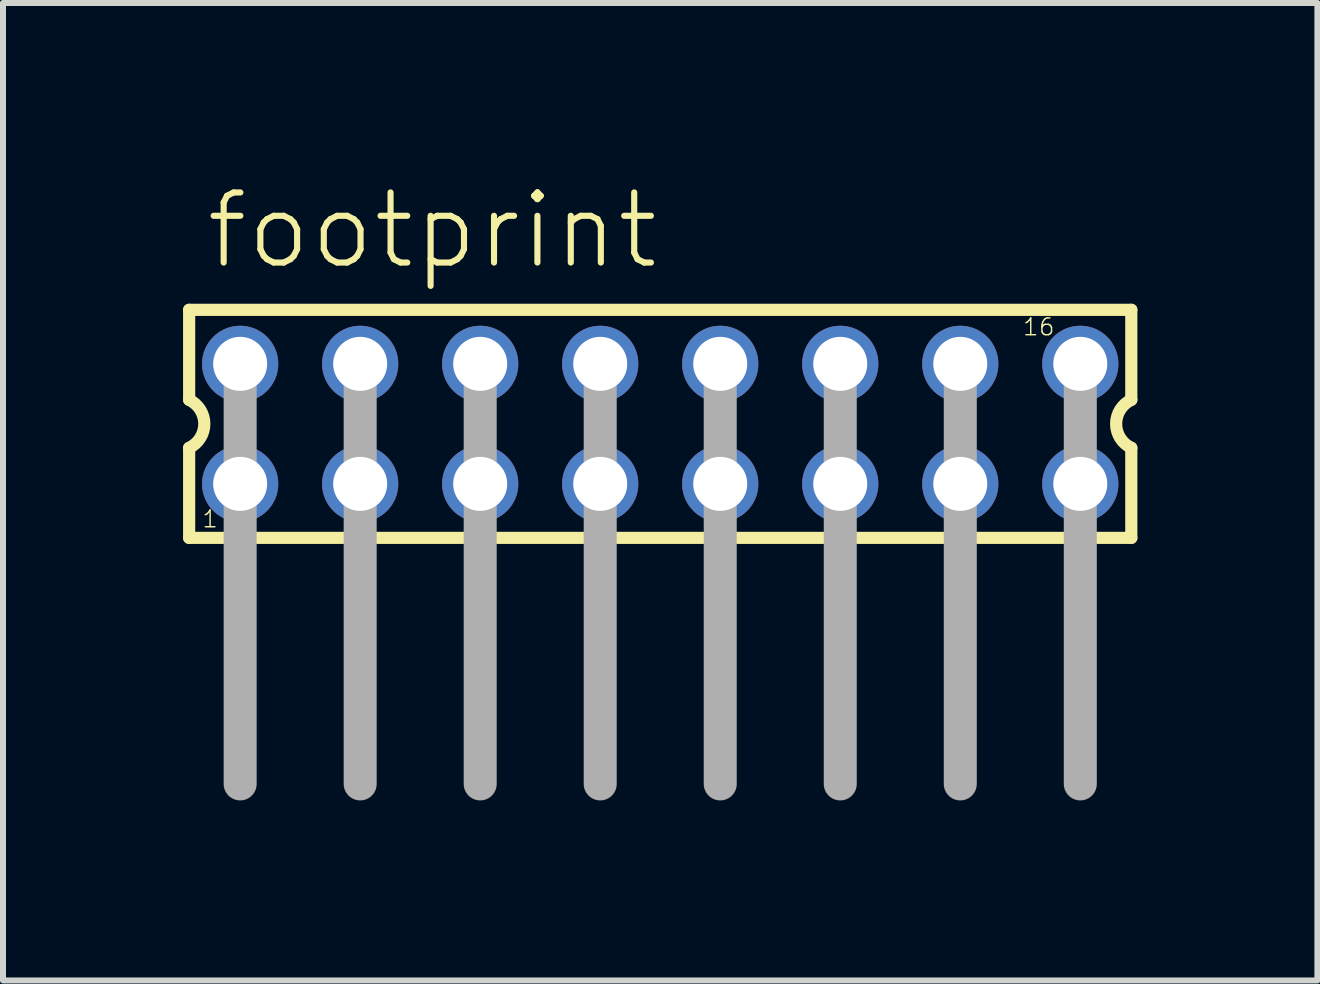
<source format=kicad_pcb>
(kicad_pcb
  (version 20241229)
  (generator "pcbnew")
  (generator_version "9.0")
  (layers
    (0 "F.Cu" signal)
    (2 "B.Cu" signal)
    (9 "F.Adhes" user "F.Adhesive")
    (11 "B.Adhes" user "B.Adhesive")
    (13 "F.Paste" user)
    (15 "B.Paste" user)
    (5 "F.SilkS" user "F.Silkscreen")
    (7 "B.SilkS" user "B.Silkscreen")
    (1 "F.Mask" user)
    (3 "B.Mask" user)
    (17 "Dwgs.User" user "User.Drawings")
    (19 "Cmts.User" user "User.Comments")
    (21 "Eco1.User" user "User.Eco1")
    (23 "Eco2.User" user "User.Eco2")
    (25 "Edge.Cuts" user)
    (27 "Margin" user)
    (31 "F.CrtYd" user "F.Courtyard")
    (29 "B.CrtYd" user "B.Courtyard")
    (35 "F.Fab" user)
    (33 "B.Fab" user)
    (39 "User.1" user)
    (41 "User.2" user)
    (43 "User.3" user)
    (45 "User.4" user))
  (footprint "footprint"
    (layer "F.Cu")
    (at 7.952 4.013)
    (property "Reference" "footprint" (at -7.62 -2.54 0) (layer "F.SilkS") (effects (font (size 1.168 1.168) (thickness 0.102)) (justify left bottom)))
    (fp_line (start -7.85 -1.9) (end -7.85 -0.4) (stroke (width 0.203) (type solid)) (layer "F.SilkS"))
    (fp_line (start -7.85 0.4) (end -7.85 1.9) (stroke (width 0.203) (type solid)) (layer "F.SilkS"))
    (fp_line (start -7.85 1.9) (end 7.85 1.9) (stroke (width 0.203) (type solid)) (layer "F.SilkS"))
    (fp_line (start 7.85 -1.9) (end -7.85 -1.9) (stroke (width 0.203) (type solid)) (layer "F.SilkS"))
    (fp_line (start 7.85 -0.4) (end 7.85 -1.9) (stroke (width 0.203) (type solid)) (layer "F.SilkS"))
    (fp_line (start 7.85 1.9) (end 7.85 0.4) (stroke (width 0.203) (type solid)) (layer "F.SilkS"))
    (fp_arc (start -7.85 -0.4) (mid -7.597167 0) (end -7.85 0.4) (stroke (width 0.2032) (type solid)) (layer "F.SilkS"))
    (fp_arc (start 7.85 0.4) (mid 7.597167 0) (end 7.85 -0.4) (stroke (width 0.2032) (type solid)) (layer "F.SilkS"))
    (fp_line (start -7 -1) (end -7 6) (stroke (width 0.55) (type solid)) (layer "F.Fab"))
    (fp_line (start -5 -1) (end -5 6) (stroke (width 0.55) (type solid)) (layer "F.Fab"))
    (fp_line (start -3 -1) (end -3 6) (stroke (width 0.55) (type solid)) (layer "F.Fab"))
    (fp_line (start -1 -1) (end -1 6) (stroke (width 0.55) (type solid)) (layer "F.Fab"))
    (fp_line (start 1 -1) (end 1 6) (stroke (width 0.55) (type solid)) (layer "F.Fab"))
    (fp_line (start 3 -1) (end 3 6) (stroke (width 0.55) (type solid)) (layer "F.Fab"))
    (fp_line (start 5 -1) (end 5 6) (stroke (width 0.55) (type solid)) (layer "F.Fab"))
    (fp_line (start 7 -1) (end 7 6) (stroke (width 0.55) (type solid)) (layer "F.Fab"))
    (fp_poly (pts (xy -7.25 -0.75) (xy -6.75 -0.75) (xy -6.75 -1.25) (xy -7.25 -1.25)) (stroke (width 0.1) (type solid)) (fill no) (layer "F.Fab"))
    (fp_poly (pts (xy -7.25 1.25) (xy -6.75 1.25) (xy -6.75 0.75) (xy -7.25 0.75)) (stroke (width 0.1) (type solid)) (fill no) (layer "F.Fab"))
    (fp_poly (pts (xy -5.25 -0.75) (xy -4.75 -0.75) (xy -4.75 -1.25) (xy -5.25 -1.25)) (stroke (width 0.1) (type solid)) (fill no) (layer "F.Fab"))
    (fp_poly (pts (xy -5.25 1.25) (xy -4.75 1.25) (xy -4.75 0.75) (xy -5.25 0.75)) (stroke (width 0.1) (type solid)) (fill no) (layer "F.Fab"))
    (fp_poly (pts (xy -3.25 -0.75) (xy -2.75 -0.75) (xy -2.75 -1.25) (xy -3.25 -1.25)) (stroke (width 0.1) (type solid)) (fill no) (layer "F.Fab"))
    (fp_poly (pts (xy -3.25 1.25) (xy -2.75 1.25) (xy -2.75 0.75) (xy -3.25 0.75)) (stroke (width 0.1) (type solid)) (fill no) (layer "F.Fab"))
    (fp_poly (pts (xy -1.25 -0.75) (xy -0.75 -0.75) (xy -0.75 -1.25) (xy -1.25 -1.25)) (stroke (width 0.1) (type solid)) (fill no) (layer "F.Fab"))
    (fp_poly (pts (xy -1.25 1.25) (xy -0.75 1.25) (xy -0.75 0.75) (xy -1.25 0.75)) (stroke (width 0.1) (type solid)) (fill no) (layer "F.Fab"))
    (fp_poly (pts (xy 0.75 -0.75) (xy 1.25 -0.75) (xy 1.25 -1.25) (xy 0.75 -1.25)) (stroke (width 0.1) (type solid)) (fill no) (layer "F.Fab"))
    (fp_poly (pts (xy 0.75 1.25) (xy 1.25 1.25) (xy 1.25 0.75) (xy 0.75 0.75)) (stroke (width 0.1) (type solid)) (fill no) (layer "F.Fab"))
    (fp_poly (pts (xy 2.75 -0.75) (xy 3.25 -0.75) (xy 3.25 -1.25) (xy 2.75 -1.25)) (stroke (width 0.1) (type solid)) (fill no) (layer "F.Fab"))
    (fp_poly (pts (xy 2.75 1.25) (xy 3.25 1.25) (xy 3.25 0.75) (xy 2.75 0.75)) (stroke (width 0.1) (type solid)) (fill no) (layer "F.Fab"))
    (fp_poly (pts (xy 4.75 -0.75) (xy 5.25 -0.75) (xy 5.25 -1.25) (xy 4.75 -1.25)) (stroke (width 0.1) (type solid)) (fill no) (layer "F.Fab"))
    (fp_poly (pts (xy 4.75 1.25) (xy 5.25 1.25) (xy 5.25 0.75) (xy 4.75 0.75)) (stroke (width 0.1) (type solid)) (fill no) (layer "F.Fab"))
    (fp_poly (pts (xy 6.75 -0.75) (xy 7.25 -0.75) (xy 7.25 -1.25) (xy 6.75 -1.25)) (stroke (width 0.1) (type solid)) (fill no) (layer "F.Fab"))
    (fp_poly (pts (xy 6.75 1.25) (xy 7.25 1.25) (xy 7.25 0.75) (xy 6.75 0.75)) (stroke (width 0.1) (type solid)) (fill no) (layer "F.Fab"))
    (fp_text user "1" (at -7.65 1.75 0) (layer "F.SilkS") (effects (font (size 0.28 0.28) (thickness 0.024)) (justify left bottom)))
    (fp_text user "16" (at 6.025 -1.45 0) (layer "F.SilkS") (effects (font (size 0.28 0.28) (thickness 0.024)) (justify left bottom)))
    (pad "1" thru_hole circle (at -7 1) (size 1.27 1.27) (drill 0.9) (layers "*.Cu" "*.Mask"))
    (pad "2" thru_hole circle (at -7 -1) (size 1.27 1.27) (drill 0.9) (layers "*.Cu" "*.Mask"))
    (pad "3" thru_hole circle (at -5 1) (size 1.27 1.27) (drill 0.9) (layers "*.Cu" "*.Mask"))
    (pad "4" thru_hole circle (at -5 -1) (size 1.27 1.27) (drill 0.9) (layers "*.Cu" "*.Mask"))
    (pad "5" thru_hole circle (at -3 1) (size 1.27 1.27) (drill 0.9) (layers "*.Cu" "*.Mask"))
    (pad "6" thru_hole circle (at -3 -1) (size 1.27 1.27) (drill 0.9) (layers "*.Cu" "*.Mask"))
    (pad "7" thru_hole circle (at -1 1) (size 1.27 1.27) (drill 0.9) (layers "*.Cu" "*.Mask"))
    (pad "8" thru_hole circle (at -1 -1) (size 1.27 1.27) (drill 0.9) (layers "*.Cu" "*.Mask"))
    (pad "9" thru_hole circle (at 1 1) (size 1.27 1.27) (drill 0.9) (layers "*.Cu" "*.Mask"))
    (pad "10" thru_hole circle (at 1 -1) (size 1.27 1.27) (drill 0.9) (layers "*.Cu" "*.Mask"))
    (pad "11" thru_hole circle (at 3 1) (size 1.27 1.27) (drill 0.9) (layers "*.Cu" "*.Mask"))
    (pad "12" thru_hole circle (at 3 -1) (size 1.27 1.27) (drill 0.9) (layers "*.Cu" "*.Mask"))
    (pad "13" thru_hole circle (at 5 1) (size 1.27 1.27) (drill 0.9) (layers "*.Cu" "*.Mask"))
    (pad "14" thru_hole circle (at 5 -1) (size 1.27 1.27) (drill 0.9) (layers "*.Cu" "*.Mask"))
    (pad "15" thru_hole circle (at 7 1) (size 1.27 1.27) (drill 0.9) (layers "*.Cu" "*.Mask"))
    (pad "16" thru_hole circle (at 7 -1) (size 1.27 1.27) (drill 0.9) (layers "*.Cu" "*.Mask")))
  (gr_rect
    (start -3 -3)
    (end 18.903 13.288)
    (stroke (width 0.1) (type default))
    (fill no)
    (layer "Edge.Cuts")))
</source>
